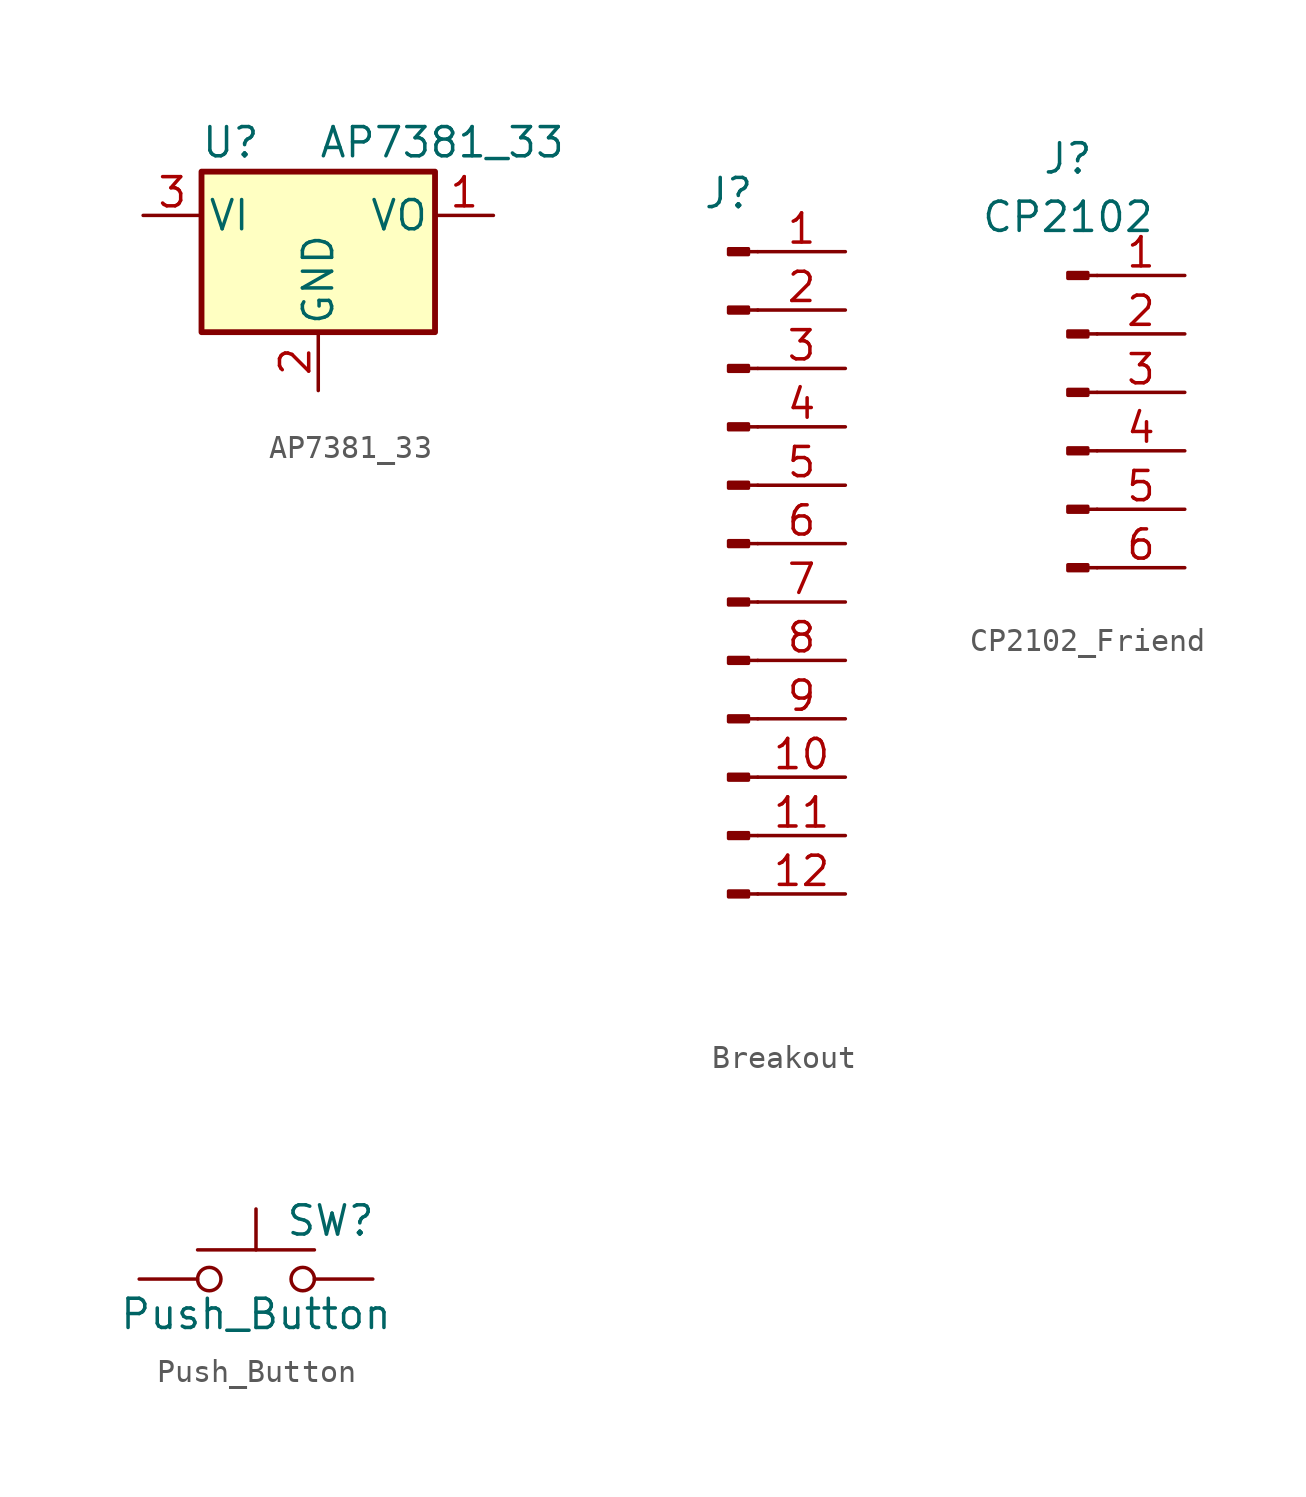
<source format=kicad_sym>
(kicad_symbol_lib
  (version 20220914)
  (generator kicad_symbol_editor)
  (symbol "AP7381_33"
    (pin_names
      (offset 0.254))
    (property "Reference" "U"
      (at -3.81 3.175 0)
      (effects (font (size 1.27 1.27))))
    (property "Value" "AP7381_33"
      (at 0 3.175 0)
      (effects (font (size 1.27 1.27)) (justify left)))
    (symbol "AP7381_33_0_1"
      (rectangle (start -5.08 1.905) (end 5.08 -5.08) (stroke (width 0.254) (type default)) (fill (type background))))
    (symbol "AP7381_33_1_1"
      (pin power_out line (at 7.62 0 180) (length 2.54) (name "VO" (effects (font (size 1.27 1.27)))) (number "1" (effects (font (size 1.27 1.27)))))
      (pin power_in line (at 0 -7.62 90) (length 2.54) (name "GND" (effects (font (size 1.27 1.27)))) (number "2" (effects (font (size 1.27 1.27)))))
      (pin power_in line (at -7.62 0 0) (length 2.54) (name "VI" (effects (font (size 1.27 1.27)))) (number "3" (effects (font (size 1.27 1.27)))))))
  (symbol "Breakout"
    (pin_names
      (offset 1.016) hide)
    (property "Reference" "J"
      (at 0 15.24 0)
      (effects (font (size 1.27 1.27))))
    (property "Value" ""
      (at 0 -17.78 0)
      (effects (font (size 1.27 1.27))))
    (property "ki_locked" ""
      (at 0 0 0)
      (effects (font (size 1.27 1.27))))
    (symbol "Breakout_1_1"
      (polyline (pts (xy 1.27 -15.24) (xy 0.864 -15.24)) (stroke (width 0.152) (type default)) (fill (type none)))
      (polyline (pts (xy 1.27 -12.7) (xy 0.864 -12.7)) (stroke (width 0.152) (type default)) (fill (type none)))
      (polyline (pts (xy 1.27 -10.16) (xy 0.864 -10.16)) (stroke (width 0.152) (type default)) (fill (type none)))
      (polyline (pts (xy 1.27 -7.62) (xy 0.864 -7.62)) (stroke (width 0.152) (type default)) (fill (type none)))
      (polyline (pts (xy 1.27 -5.08) (xy 0.864 -5.08)) (stroke (width 0.152) (type default)) (fill (type none)))
      (polyline (pts (xy 1.27 -2.54) (xy 0.864 -2.54)) (stroke (width 0.152) (type default)) (fill (type none)))
      (polyline (pts (xy 1.27 0) (xy 0.864 0)) (stroke (width 0.152) (type default)) (fill (type none)))
      (polyline (pts (xy 1.27 2.54) (xy 0.864 2.54)) (stroke (width 0.152) (type default)) (fill (type none)))
      (polyline (pts (xy 1.27 5.08) (xy 0.864 5.08)) (stroke (width 0.152) (type default)) (fill (type none)))
      (polyline (pts (xy 1.27 7.62) (xy 0.864 7.62)) (stroke (width 0.152) (type default)) (fill (type none)))
      (polyline (pts (xy 1.27 10.16) (xy 0.864 10.16)) (stroke (width 0.152) (type default)) (fill (type none)))
      (polyline (pts (xy 1.27 12.7) (xy 0.864 12.7)) (stroke (width 0.152) (type default)) (fill (type none)))
      (rectangle (start 0.864 -15.113) (end 0 -15.367) (stroke (width 0.152) (type default)) (fill (type outline)))
      (rectangle (start 0.864 -12.573) (end 0 -12.827) (stroke (width 0.152) (type default)) (fill (type outline)))
      (rectangle (start 0.864 -10.033) (end 0 -10.287) (stroke (width 0.152) (type default)) (fill (type outline)))
      (rectangle (start 0.864 -7.493) (end 0 -7.747) (stroke (width 0.152) (type default)) (fill (type outline)))
      (rectangle (start 0.864 -4.953) (end 0 -5.207) (stroke (width 0.152) (type default)) (fill (type outline)))
      (rectangle (start 0.864 -2.413) (end 0 -2.667) (stroke (width 0.152) (type default)) (fill (type outline)))
      (rectangle (start 0.864 0.127) (end 0 -0.127) (stroke (width 0.152) (type default)) (fill (type outline)))
      (rectangle (start 0.864 2.667) (end 0 2.413) (stroke (width 0.152) (type default)) (fill (type outline)))
      (rectangle (start 0.864 5.207) (end 0 4.953) (stroke (width 0.152) (type default)) (fill (type outline)))
      (rectangle (start 0.864 7.747) (end 0 7.493) (stroke (width 0.152) (type default)) (fill (type outline)))
      (rectangle (start 0.864 10.287) (end 0 10.033) (stroke (width 0.152) (type default)) (fill (type outline)))
      (rectangle (start 0.864 12.827) (end 0 12.573) (stroke (width 0.152) (type default)) (fill (type outline)))
      (pin passive line (at 5.08 12.7 180) (length 3.81) (name "Pin_1" (effects (font (size 1.27 1.27)))) (number "1" (effects (font (size 1.27 1.27)))))
      (pin passive line (at 5.08 -10.16 180) (length 3.81) (name "Pin_10" (effects (font (size 1.27 1.27)))) (number "10" (effects (font (size 1.27 1.27)))))
      (pin passive line (at 5.08 -12.7 180) (length 3.81) (name "Pin_11" (effects (font (size 1.27 1.27)))) (number "11" (effects (font (size 1.27 1.27)))))
      (pin passive line (at 5.08 -15.24 180) (length 3.81) (name "Pin_12" (effects (font (size 1.27 1.27)))) (number "12" (effects (font (size 1.27 1.27)))))
      (pin passive line (at 5.08 10.16 180) (length 3.81) (name "Pin_2" (effects (font (size 1.27 1.27)))) (number "2" (effects (font (size 1.27 1.27)))))
      (pin passive line (at 5.08 7.62 180) (length 3.81) (name "Pin_3" (effects (font (size 1.27 1.27)))) (number "3" (effects (font (size 1.27 1.27)))))
      (pin passive line (at 5.08 5.08 180) (length 3.81) (name "Pin_4" (effects (font (size 1.27 1.27)))) (number "4" (effects (font (size 1.27 1.27)))))
      (pin passive line (at 5.08 2.54 180) (length 3.81) (name "Pin_5" (effects (font (size 1.27 1.27)))) (number "5" (effects (font (size 1.27 1.27)))))
      (pin passive line (at 5.08 0 180) (length 3.81) (name "Pin_6" (effects (font (size 1.27 1.27)))) (number "6" (effects (font (size 1.27 1.27)))))
      (pin passive line (at 5.08 -2.54 180) (length 3.81) (name "Pin_7" (effects (font (size 1.27 1.27)))) (number "7" (effects (font (size 1.27 1.27)))))
      (pin passive line (at 5.08 -5.08 180) (length 3.81) (name "Pin_8" (effects (font (size 1.27 1.27)))) (number "8" (effects (font (size 1.27 1.27)))))
      (pin passive line (at 5.08 -7.62 180) (length 3.81) (name "Pin_9" (effects (font (size 1.27 1.27)))) (number "9" (effects (font (size 1.27 1.27)))))))
  (symbol "CP2102_Friend"
    (pin_names
      (offset 1.016) hide)
    (property "Reference" "J"
      (at 0 10.16 0)
      (effects (font (size 1.27 1.27))))
    (property "Value" "CP2102"
      (at 0 7.62 0)
      (effects (font (size 1.27 1.27))))
    (property "ki_locked" ""
      (at 0 0 0)
      (effects (font (size 1.27 1.27))))
    (symbol "CP2102_Friend_1_1"
      (polyline (pts (xy 1.27 -7.62) (xy 0.864 -7.62)) (stroke (width 0.152) (type default)) (fill (type none)))
      (polyline (pts (xy 1.27 -5.08) (xy 0.864 -5.08)) (stroke (width 0.152) (type default)) (fill (type none)))
      (polyline (pts (xy 1.27 -2.54) (xy 0.864 -2.54)) (stroke (width 0.152) (type default)) (fill (type none)))
      (polyline (pts (xy 1.27 0) (xy 0.864 0)) (stroke (width 0.152) (type default)) (fill (type none)))
      (polyline (pts (xy 1.27 2.54) (xy 0.864 2.54)) (stroke (width 0.152) (type default)) (fill (type none)))
      (polyline (pts (xy 1.27 5.08) (xy 0.864 5.08)) (stroke (width 0.152) (type default)) (fill (type none)))
      (rectangle (start 0.864 -7.493) (end 0 -7.747) (stroke (width 0.152) (type default)) (fill (type outline)))
      (rectangle (start 0.864 -4.953) (end 0 -5.207) (stroke (width 0.152) (type default)) (fill (type outline)))
      (rectangle (start 0.864 -2.413) (end 0 -2.667) (stroke (width 0.152) (type default)) (fill (type outline)))
      (rectangle (start 0.864 0.127) (end 0 -0.127) (stroke (width 0.152) (type default)) (fill (type outline)))
      (rectangle (start 0.864 2.667) (end 0 2.413) (stroke (width 0.152) (type default)) (fill (type outline)))
      (rectangle (start 0.864 5.207) (end 0 4.953) (stroke (width 0.152) (type default)) (fill (type outline)))
      (pin passive line (at 5.08 5.08 180) (length 3.81) (name "Pin_1" (effects (font (size 1.27 1.27)))) (number "1" (effects (font (size 1.27 1.27)))))
      (pin passive line (at 5.08 2.54 180) (length 3.81) (name "Pin_2" (effects (font (size 1.27 1.27)))) (number "2" (effects (font (size 1.27 1.27)))))
      (pin passive line (at 5.08 0 180) (length 3.81) (name "Pin_3" (effects (font (size 1.27 1.27)))) (number "3" (effects (font (size 1.27 1.27)))))
      (pin passive line (at 5.08 -2.54 180) (length 3.81) (name "Pin_4" (effects (font (size 1.27 1.27)))) (number "4" (effects (font (size 1.27 1.27)))))
      (pin passive line (at 5.08 -5.08 180) (length 3.81) (name "Pin_5" (effects (font (size 1.27 1.27)))) (number "5" (effects (font (size 1.27 1.27)))))
      (pin passive line (at 5.08 -7.62 180) (length 3.81) (name "Pin_6" (effects (font (size 1.27 1.27)))) (number "6" (effects (font (size 1.27 1.27)))))))
  (symbol "Push_Button"
    (pin_numbers hide)
    (pin_names
      (offset 1.016) hide)
    (property "Reference" "SW"
      (at 1.27 2.54 0)
      (effects (font (size 1.27 1.27)) (justify left)))
    (property "Value" "Push_Button"
      (at 0 -1.524 0)
      (effects (font (size 1.27 1.27))))
    (symbol "Push_Button_0_1"
      (circle (center -2.032 0) (radius 0.508) (stroke (width 0) (type default)) (fill (type none)))
      (polyline (pts (xy 0 1.27) (xy 0 3.048)) (stroke (width 0) (type default)) (fill (type none)))
      (polyline (pts (xy 2.54 1.27) (xy -2.54 1.27)) (stroke (width 0) (type default)) (fill (type none)))
      (circle (center 2.032 0) (radius 0.508) (stroke (width 0) (type default)) (fill (type none)))
      (pin passive line (at -5.08 0 0) (length 2.54) (name "1" (effects (font (size 1.27 1.27)))) (number "1" (effects (font (size 1.27 1.27)))))
      (pin passive line (at 5.08 0 180) (length 2.54) (name "2" (effects (font (size 1.27 1.27)))) (number "2" (effects (font (size 1.27 1.27))))))))
</source>
